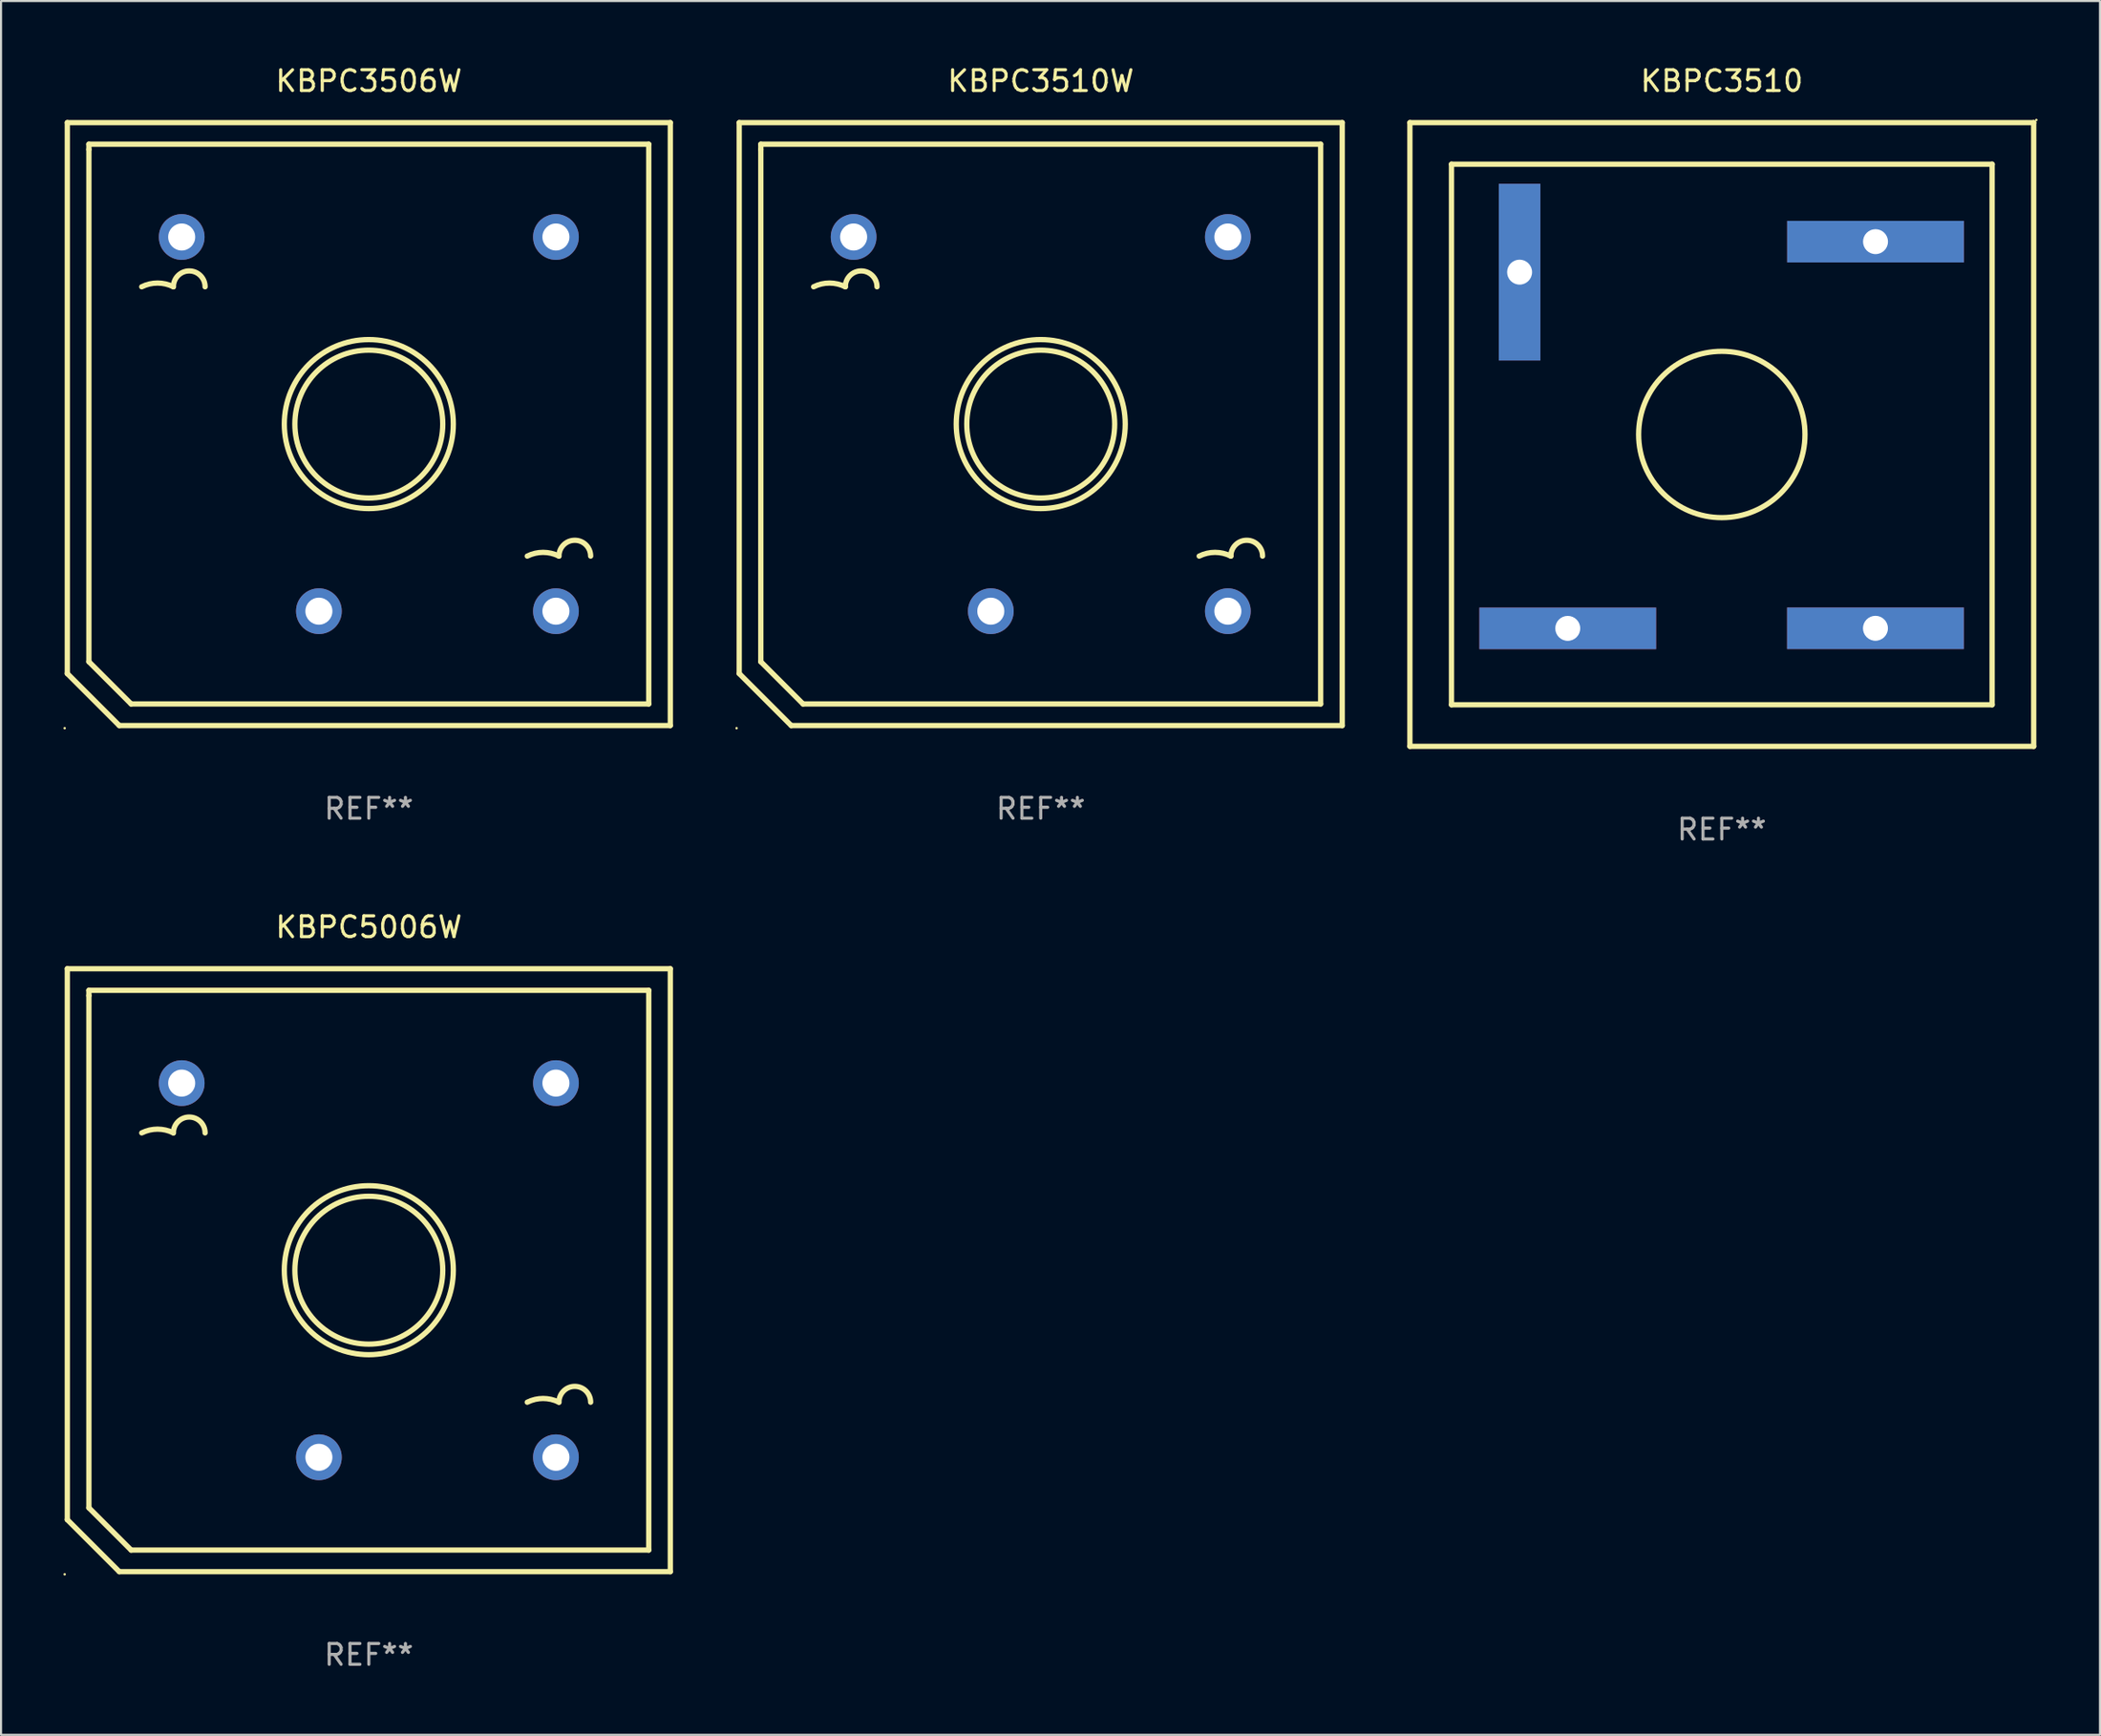
<source format=kicad_pcb>
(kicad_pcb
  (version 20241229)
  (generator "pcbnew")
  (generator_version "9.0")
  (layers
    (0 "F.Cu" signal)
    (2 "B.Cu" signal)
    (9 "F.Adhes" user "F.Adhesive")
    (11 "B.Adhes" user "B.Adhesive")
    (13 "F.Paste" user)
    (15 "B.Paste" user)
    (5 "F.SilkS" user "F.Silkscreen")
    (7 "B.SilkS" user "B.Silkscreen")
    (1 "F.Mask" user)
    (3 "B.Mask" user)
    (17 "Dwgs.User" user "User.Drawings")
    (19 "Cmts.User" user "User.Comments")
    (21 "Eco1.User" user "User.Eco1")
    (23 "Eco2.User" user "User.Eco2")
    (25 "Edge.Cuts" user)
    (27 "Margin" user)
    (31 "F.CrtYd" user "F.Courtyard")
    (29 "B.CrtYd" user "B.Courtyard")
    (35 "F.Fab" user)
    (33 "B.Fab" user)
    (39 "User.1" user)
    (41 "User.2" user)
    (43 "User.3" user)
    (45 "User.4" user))
  (footprint "KBPC3506W"
    (layer "F.Cu")
    (at 14.687 17.348)
    (property "Reference" "KBPC3506W" (at 0 -16.5 0) (layer "F.SilkS") (effects (font (size 1 1) (thickness 0.15))))
    (attr through_hole)
    (fp_line (start -14.5 -14.5) (end 14.5 -14.5) (stroke (width 0.254) (type solid)) (layer "F.SilkS"))
    (fp_line (start -14.5 12) (end -14.5 -14.5) (stroke (width 0.254) (type solid)) (layer "F.SilkS"))
    (fp_line (start -13.462 -13.462) (end 13.462 -13.462) (stroke (width 0.254) (type solid)) (layer "F.SilkS"))
    (fp_line (start -13.462 -13.208) (end -13.462 -13.462) (stroke (width 0.254) (type solid)) (layer "F.SilkS"))
    (fp_line (start -13.462 11.43) (end -13.462 -13.208) (stroke (width 0.254) (type solid)) (layer "F.SilkS"))
    (fp_line (start -12 14.5) (end -14.5 12) (stroke (width 0.254) (type solid)) (layer "F.SilkS"))
    (fp_line (start -11.43 13.462) (end -13.462 11.43) (stroke (width 0.254) (type solid)) (layer "F.SilkS"))
    (fp_line (start 13.462 -13.462) (end 13.462 13.462) (stroke (width 0.254) (type solid)) (layer "F.SilkS"))
    (fp_line (start 13.462 13.462) (end -11.43 13.462) (stroke (width 0.254) (type solid)) (layer "F.SilkS"))
    (fp_line (start 14.5 -14.5) (end 14.5 14.5) (stroke (width 0.254) (type solid)) (layer "F.SilkS"))
    (fp_line (start 14.5 14.5) (end -12 14.5) (stroke (width 0.254) (type solid)) (layer "F.SilkS"))
    (fp_arc (start -10.921895 -6.60414) (mid -10.159893 -6.784024) (end -9.397892 -6.60414) (stroke (width 0.254001) (type solid)) (layer "F.SilkS"))
    (fp_arc (start -9.397891 -6.60414) (mid -8.63589 -7.366141) (end -7.873889 -6.60414) (stroke (width 0.254001) (type solid)) (layer "F.SilkS"))
    (fp_arc (start 7.620142 6.349886) (mid 8.382144 6.170002) (end 9.144145 6.349886) (stroke (width 0.254001) (type solid)) (layer "F.SilkS"))
    (fp_arc (start 9.144146 6.349886) (mid 9.906147 5.587885) (end 10.668148 6.349886) (stroke (width 0.254001) (type solid)) (layer "F.SilkS"))
    (fp_circle (center -14.627 14.627) (end -14.597 14.627) (stroke (width 0.06) (type solid)) (fill no) (layer "F.SilkS"))
    (fp_circle (center 0.000127 -0.000127) (end 3.556 -0.000127) (stroke (width 0.254) (type solid)) (fill no) (layer "F.SilkS"))
    (fp_circle (center 0.000127 -0.000127) (end 4.064 -0.000127) (stroke (width 0.254) (type solid)) (fill no) (layer "F.SilkS"))
    (fp_text user "+" (at -3.302 11.684 0) (layer "B.Mask") (effects (font (size 1 1) (thickness 0.15))))
    (fp_text user "-" (at 7.874 -6.858 0) (layer "B.Mask") (effects (font (size 1 1) (thickness 0.15))))
    (fp_text user "REF**" (at 0 18.5 0) (layer "F.Fab") (effects (font (size 1 1) (thickness 0.15))))
    (pad "1" thru_hole circle (at -2.401 8.999) (size 2.2 2.2) (drill 1.3) (layers "*.Cu" "*.Mask"))
    (pad "2" thru_hole circle (at -8.999 -8.999) (size 2.2 2.2) (drill 1.3) (layers "*.Cu" "*.Mask"))
    (pad "3" thru_hole circle (at 8.999 -8.999) (size 2.2 2.2) (drill 1.3) (layers "*.Cu" "*.Mask"))
    (pad "4" thru_hole circle (at 8.999 8.999) (size 2.2 2.2) (drill 1.3) (layers "*.Cu" "*.Mask")))
  (footprint "KBPC3510W"
    (layer "F.Cu")
    (at 47.001 17.348)
    (property "Reference" "KBPC3510W" (at 0 -16.5 0) (layer "F.SilkS") (effects (font (size 1 1) (thickness 0.15))))
    (attr through_hole)
    (fp_line (start -14.5 -14.5) (end 14.5 -14.5) (stroke (width 0.254) (type solid)) (layer "F.SilkS"))
    (fp_line (start -14.5 12) (end -14.5 -14.5) (stroke (width 0.254) (type solid)) (layer "F.SilkS"))
    (fp_line (start -13.462 -13.462) (end 13.462 -13.462) (stroke (width 0.254) (type solid)) (layer "F.SilkS"))
    (fp_line (start -13.462 -13.208) (end -13.462 -13.462) (stroke (width 0.254) (type solid)) (layer "F.SilkS"))
    (fp_line (start -13.462 11.43) (end -13.462 -13.208) (stroke (width 0.254) (type solid)) (layer "F.SilkS"))
    (fp_line (start -12 14.5) (end -14.5 12) (stroke (width 0.254) (type solid)) (layer "F.SilkS"))
    (fp_line (start -11.43 13.462) (end -13.462 11.43) (stroke (width 0.254) (type solid)) (layer "F.SilkS"))
    (fp_line (start 13.462 -13.462) (end 13.462 13.462) (stroke (width 0.254) (type solid)) (layer "F.SilkS"))
    (fp_line (start 13.462 13.462) (end -11.43 13.462) (stroke (width 0.254) (type solid)) (layer "F.SilkS"))
    (fp_line (start 14.5 -14.5) (end 14.5 14.5) (stroke (width 0.254) (type solid)) (layer "F.SilkS"))
    (fp_line (start 14.5 14.5) (end -12 14.5) (stroke (width 0.254) (type solid)) (layer "F.SilkS"))
    (fp_arc (start -10.921895 -6.60414) (mid -10.159893 -6.784024) (end -9.397892 -6.60414) (stroke (width 0.254001) (type solid)) (layer "F.SilkS"))
    (fp_arc (start -9.397891 -6.60414) (mid -8.63589 -7.366141) (end -7.873889 -6.60414) (stroke (width 0.254001) (type solid)) (layer "F.SilkS"))
    (fp_arc (start 7.620142 6.349886) (mid 8.382144 6.170002) (end 9.144145 6.349886) (stroke (width 0.254001) (type solid)) (layer "F.SilkS"))
    (fp_arc (start 9.144146 6.349886) (mid 9.906147 5.587885) (end 10.668148 6.349886) (stroke (width 0.254001) (type solid)) (layer "F.SilkS"))
    (fp_circle (center -14.627 14.627) (end -14.597 14.627) (stroke (width 0.06) (type solid)) (fill no) (layer "F.SilkS"))
    (fp_circle (center 0.000127 -0.000127) (end 3.556 -0.000127) (stroke (width 0.254) (type solid)) (fill no) (layer "F.SilkS"))
    (fp_circle (center 0.000127 -0.000127) (end 4.064 -0.000127) (stroke (width 0.254) (type solid)) (fill no) (layer "F.SilkS"))
    (fp_text user "+" (at -3.302 11.684 0) (layer "B.Mask") (effects (font (size 1 1) (thickness 0.15))))
    (fp_text user "-" (at 7.874 -6.858 0) (layer "B.Mask") (effects (font (size 1 1) (thickness 0.15))))
    (fp_text user "REF**" (at 0 18.5 0) (layer "F.Fab") (effects (font (size 1 1) (thickness 0.15))))
    (pad "1" thru_hole circle (at -2.401 8.999) (size 2.2 2.2) (drill 1.3) (layers "*.Cu" "*.Mask"))
    (pad "2" thru_hole circle (at -8.999 -8.999) (size 2.2 2.2) (drill 1.3) (layers "*.Cu" "*.Mask"))
    (pad "3" thru_hole circle (at 8.999 -8.999) (size 2.2 2.2) (drill 1.3) (layers "*.Cu" "*.Mask"))
    (pad "4" thru_hole circle (at 8.999 8.999) (size 2.2 2.2) (drill 1.3) (layers "*.Cu" "*.Mask")))
  (footprint "KBPC5006W"
    (layer "F.Cu")
    (at 14.687 58.045)
    (property "Reference" "KBPC5006W" (at 0 -16.5 0) (layer "F.SilkS") (effects (font (size 1 1) (thickness 0.15))))
    (attr through_hole)
    (fp_line (start -14.5 -14.5) (end 14.5 -14.5) (stroke (width 0.254) (type solid)) (layer "F.SilkS"))
    (fp_line (start -14.5 12) (end -14.5 -14.5) (stroke (width 0.254) (type solid)) (layer "F.SilkS"))
    (fp_line (start -13.462 -13.462) (end 13.462 -13.462) (stroke (width 0.254) (type solid)) (layer "F.SilkS"))
    (fp_line (start -13.462 -13.208) (end -13.462 -13.462) (stroke (width 0.254) (type solid)) (layer "F.SilkS"))
    (fp_line (start -13.462 11.43) (end -13.462 -13.208) (stroke (width 0.254) (type solid)) (layer "F.SilkS"))
    (fp_line (start -12 14.5) (end -14.5 12) (stroke (width 0.254) (type solid)) (layer "F.SilkS"))
    (fp_line (start -11.43 13.462) (end -13.462 11.43) (stroke (width 0.254) (type solid)) (layer "F.SilkS"))
    (fp_line (start 13.462 -13.462) (end 13.462 13.462) (stroke (width 0.254) (type solid)) (layer "F.SilkS"))
    (fp_line (start 13.462 13.462) (end -11.43 13.462) (stroke (width 0.254) (type solid)) (layer "F.SilkS"))
    (fp_line (start 14.5 -14.5) (end 14.5 14.5) (stroke (width 0.254) (type solid)) (layer "F.SilkS"))
    (fp_line (start 14.5 14.5) (end -12 14.5) (stroke (width 0.254) (type solid)) (layer "F.SilkS"))
    (fp_arc (start -10.921895 -6.60414) (mid -10.159893 -6.784024) (end -9.397892 -6.60414) (stroke (width 0.254001) (type solid)) (layer "F.SilkS"))
    (fp_arc (start -9.397891 -6.60414) (mid -8.63589 -7.366141) (end -7.873889 -6.60414) (stroke (width 0.254001) (type solid)) (layer "F.SilkS"))
    (fp_arc (start 7.620142 6.349886) (mid 8.382144 6.170002) (end 9.144145 6.349886) (stroke (width 0.254001) (type solid)) (layer "F.SilkS"))
    (fp_arc (start 9.144146 6.349886) (mid 9.906147 5.587885) (end 10.668148 6.349886) (stroke (width 0.254001) (type solid)) (layer "F.SilkS"))
    (fp_circle (center -14.627 14.627) (end -14.597 14.627) (stroke (width 0.06) (type solid)) (fill no) (layer "F.SilkS"))
    (fp_circle (center 0.000127 -0.000127) (end 3.556 -0.000127) (stroke (width 0.254) (type solid)) (fill no) (layer "F.SilkS"))
    (fp_circle (center 0.000127 -0.000127) (end 4.064 -0.000127) (stroke (width 0.254) (type solid)) (fill no) (layer "F.SilkS"))
    (fp_text user "-" (at 7.874 -6.858 0) (layer "B.Mask") (effects (font (size 1 1) (thickness 0.15))))
    (fp_text user "+" (at -3.302 11.684 0) (layer "B.Mask") (effects (font (size 1 1) (thickness 0.15))))
    (fp_text user "REF**" (at 0 18.5 0) (layer "F.Fab") (effects (font (size 1 1) (thickness 0.15))))
    (pad "1" thru_hole circle (at -2.401 8.999) (size 2.2 2.2) (drill 1.3) (layers "*.Cu" "*.Mask"))
    (pad "2" thru_hole circle (at -8.999 -8.999) (size 2.2 2.2) (drill 1.3) (layers "*.Cu" "*.Mask"))
    (pad "3" thru_hole circle (at 8.999 -8.999) (size 2.2 2.2) (drill 1.3) (layers "*.Cu" "*.Mask"))
    (pad "4" thru_hole circle (at 8.999 8.999) (size 2.2 2.2) (drill 1.3) (layers "*.Cu" "*.Mask")))
  (footprint "KBPC3510"
    (layer "F.Cu")
    (at 79.755 17.848)
    (property "Reference" "KBPC3510" (at 0 -17 0) (layer "F.SilkS") (effects (font (size 1 1) (thickness 0.15))))
    (attr through_hole)
    (fp_line (start -15 -15) (end -15 15) (stroke (width 0.254) (type solid)) (layer "F.SilkS"))
    (fp_line (start -15 15) (end 15 15) (stroke (width 0.254) (type solid)) (layer "F.SilkS"))
    (fp_line (start -13 -13) (end -13 13) (stroke (width 0.254) (type solid)) (layer "F.SilkS"))
    (fp_line (start -13 13) (end 13 13) (stroke (width 0.254) (type solid)) (layer "F.SilkS"))
    (fp_line (start 13 -13) (end -13 -13) (stroke (width 0.254) (type solid)) (layer "F.SilkS"))
    (fp_line (start 13 13) (end 13 -13) (stroke (width 0.254) (type solid)) (layer "F.SilkS"))
    (fp_line (start 15 -15) (end -15 -15) (stroke (width 0.254) (type solid)) (layer "F.SilkS"))
    (fp_line (start 15 15) (end 15 -15) (stroke (width 0.254) (type solid)) (layer "F.SilkS"))
    (fp_circle (center 0 0) (end 4 0) (stroke (width 0.254) (type solid)) (fill no) (layer "F.SilkS"))
    (fp_circle (center 15.127 -15.127) (end 15.157 -15.127) (stroke (width 0.06) (type solid)) (fill no) (layer "F.SilkS"))
    (fp_text user "AC" (at -10.234 6.325 0) (layer "B.Mask") (effects (font (size 1 1) (thickness 0.15))))
    (fp_text user "AC" (at 6.266 -5.975 0) (layer "B.Mask") (effects (font (size 1 1) (thickness 0.15))))
    (fp_text user "+" (at -7.634 -6.675 0) (layer "B.Mask") (effects (font (size 1 1) (thickness 0.15))))
    (fp_text user "-" (at 6.766 6.925 0) (layer "B.Mask") (effects (font (size 1 1) (thickness 0.15))))
    (fp_text user "REF**" (at 0 19 0) (layer "F.Fab") (effects (font (size 1 1) (thickness 0.15))))
    (pad "1" thru_hole rect (at 7.392 -9.275 270) (size 2 8.5) (drill 1.2) (layers "*.Cu" "*.Mask"))
    (pad "2" thru_hole rect (at 7.389 9.322 270) (size 2 8.5) (drill 1.2) (layers "*.Cu" "*.Mask"))
    (pad "3" thru_hole rect (at -7.409 9.326 270) (size 2 8.5) (drill 1.2) (layers "*.Cu" "*.Mask"))
    (pad "4" thru_hole rect (at -9.725 -7.808) (size 2 8.5) (drill 1.2) (layers "*.Cu" "*.Mask")))
  (gr_rect
    (start -3 -3)
    (end 97.942 80.393)
    (stroke (width 0.1) (type default))
    (fill no)
    (layer "Edge.Cuts")))
</source>
